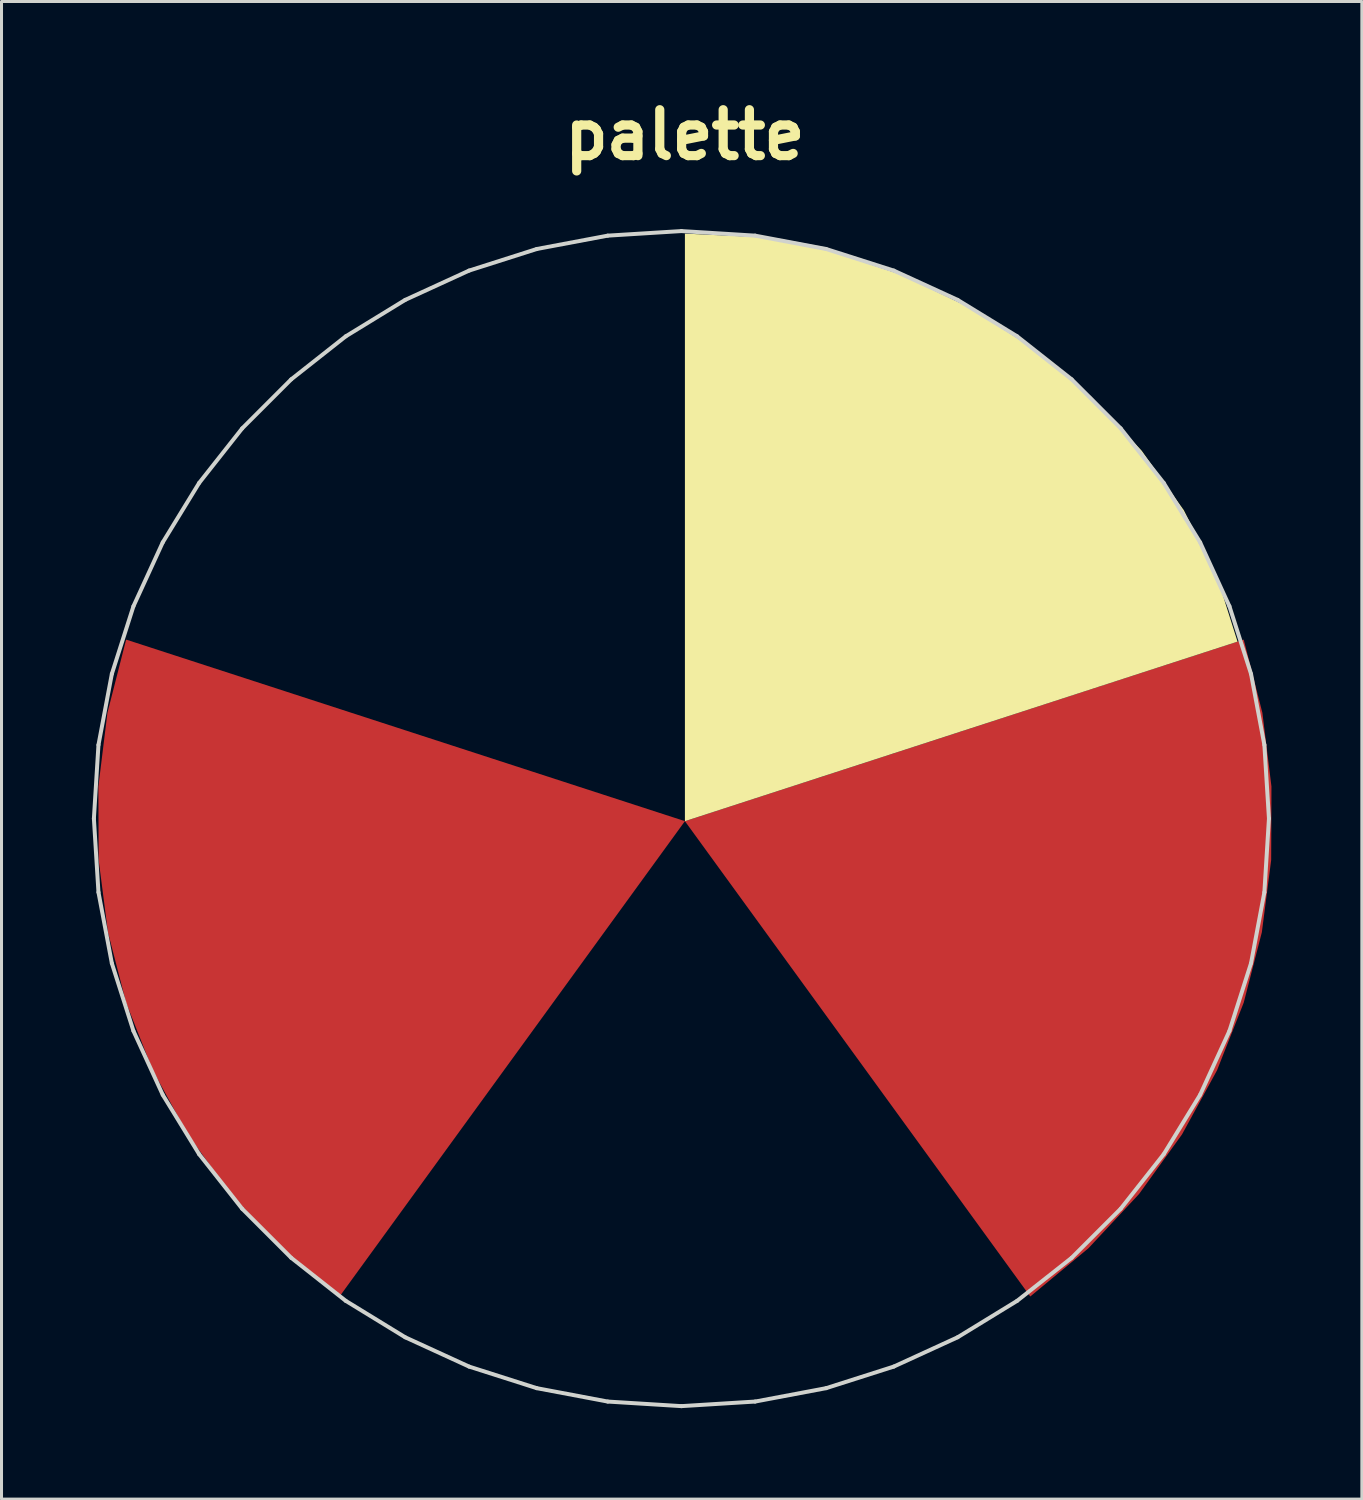
<source format=kicad_pcb>
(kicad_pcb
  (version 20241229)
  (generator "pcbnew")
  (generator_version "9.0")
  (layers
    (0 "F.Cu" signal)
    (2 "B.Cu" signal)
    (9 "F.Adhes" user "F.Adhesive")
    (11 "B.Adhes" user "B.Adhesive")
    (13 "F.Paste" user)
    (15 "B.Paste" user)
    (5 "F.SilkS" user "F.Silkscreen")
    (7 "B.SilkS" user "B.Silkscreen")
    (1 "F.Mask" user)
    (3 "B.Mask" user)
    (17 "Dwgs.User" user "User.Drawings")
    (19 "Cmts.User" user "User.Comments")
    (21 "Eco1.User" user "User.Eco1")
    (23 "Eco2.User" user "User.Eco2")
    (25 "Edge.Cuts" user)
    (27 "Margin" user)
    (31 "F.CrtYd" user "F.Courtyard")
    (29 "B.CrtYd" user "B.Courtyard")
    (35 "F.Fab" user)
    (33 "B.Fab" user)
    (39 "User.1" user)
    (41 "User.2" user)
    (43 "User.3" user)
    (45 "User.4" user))
  (footprint "palette"
    (layer "F.Cu")
    (at 19.682 24.71)
    (property "Reference" "palette" (at 0 -23.284 0) (layer "F.SilkS") (effects (font (size 1.524 1.524) (thickness 0.305))))
    (attr smd)
    (fp_poly (pts (xy -11.462 15.27) (xy -13.391 13.67) (xy -15.074 11.867) (xy -16.499 9.889) (xy -17.66 7.765) (xy -18.546 5.52) (xy -19.148 3.183) (xy -19.458 0.782) (xy -19.467 -1.656) (xy -19.166 -4.103) (xy -18.546 -6.532) (xy -0.000007 -0.506) (xy -11.462 15.27)) (stroke (width 0) (type solid)) (fill yes) (layer "F.Cu"))
    (fp_poly (pts (xy 18.546 -6.532) (xy 19.166 -4.103) (xy 19.467 -1.656) (xy 19.458 0.782) (xy 19.148 3.183) (xy 18.546 5.52) (xy 17.66 7.765) (xy 16.499 9.89) (xy 15.074 11.867) (xy 13.391 13.67) (xy 11.462 15.27) (xy -0.000007 -0.506) (xy 18.546 -6.532)) (stroke (width 0) (type solid)) (fill yes) (layer "F.Cu"))
    (fp_poly (pts (xy 11.462 15.27) (xy 9.344 16.611) (xy 7.109 17.653) (xy 4.788 18.398) (xy 2.409 18.845) (xy -0.000001 18.994) (xy -2.409 18.845) (xy -4.788 18.398) (xy -7.109 17.653) (xy -9.344 16.611) (xy -11.462 15.27) (xy 0.000004 -0.506) (xy 11.462 15.27)) (stroke (width 0) (type solid)) (fill yes) (layer "F.Mask"))
    (fp_poly (pts (xy 18.546 -6.532) (xy 19.166 -4.103) (xy 19.467 -1.656) (xy 19.458 0.782) (xy 19.148 3.183) (xy 18.546 5.52) (xy 17.66 7.765) (xy 16.499 9.89) (xy 15.074 11.867) (xy 13.391 13.67) (xy 11.462 15.27) (xy -0.000007 -0.506) (xy 18.546 -6.532)) (stroke (width 0) (type solid)) (fill yes) (layer "F.Mask"))
    (fp_poly (pts (xy -0.000007 -20.006) (xy 2.439 -19.889) (xy 4.86 -19.419) (xy 7.218 -18.625) (xy 9.471 -17.537) (xy 11.574 -16.184) (xy 13.486 -14.596) (xy 15.161 -12.8) (xy 16.558 -10.827) (xy 17.632 -8.706) (xy 18.341 -6.465) (xy 16.048 -5.72) (xy 13.756 -4.975) (xy 11.463 -4.23) (xy 9.17 -3.486) (xy 6.878 -2.741) (xy 4.585 -1.996) (xy 2.293 -1.251) (xy -0.000007 -0.506) (xy -0.000007 -2.943) (xy -0.000007 -5.381) (xy -0.000007 -7.818) (xy -0.000007 -10.256) (xy -0.000007 -12.693) (xy -0.000007 -15.131) (xy -0.000007 -17.568) (xy -0.000007 -20.006)) (stroke (width 0) (type solid)) (fill yes) (layer "F.SilkS"))
    (fp_line (start -19.616 -0.591) (end -19.464 -3.037) (stroke (width 0.132) (type solid)) (layer "Edge.Cuts"))
    (fp_line (start -19.464 -3.037) (end -19.02 -5.393) (stroke (width 0.132) (type solid)) (layer "Edge.Cuts"))
    (fp_line (start -19.464 1.855) (end -19.616 -0.591) (stroke (width 0.132) (type solid)) (layer "Edge.Cuts"))
    (fp_line (start -19.02 -5.393) (end -18.303 -7.639) (stroke (width 0.132) (type solid)) (layer "Edge.Cuts"))
    (fp_line (start -19.02 4.21) (end -19.464 1.855) (stroke (width 0.132) (type solid)) (layer "Edge.Cuts"))
    (fp_line (start -18.303 -7.639) (end -17.331 -9.758) (stroke (width 0.132) (type solid)) (layer "Edge.Cuts"))
    (fp_line (start -18.303 6.457) (end -19.02 4.21) (stroke (width 0.132) (type solid)) (layer "Edge.Cuts"))
    (fp_line (start -17.331 -9.758) (end -16.122 -11.732) (stroke (width 0.132) (type solid)) (layer "Edge.Cuts"))
    (fp_line (start -17.331 8.576) (end -18.303 6.457) (stroke (width 0.132) (type solid)) (layer "Edge.Cuts"))
    (fp_line (start -16.122 -11.732) (end -14.694 -13.542) (stroke (width 0.132) (type solid)) (layer "Edge.Cuts"))
    (fp_line (start -16.122 10.549) (end -17.331 8.576) (stroke (width 0.132) (type solid)) (layer "Edge.Cuts"))
    (fp_line (start -14.694 -13.542) (end -13.066 -15.17) (stroke (width 0.132) (type solid)) (layer "Edge.Cuts"))
    (fp_line (start -14.694 12.359) (end -16.122 10.549) (stroke (width 0.132) (type solid)) (layer "Edge.Cuts"))
    (fp_line (start -13.066 -15.17) (end -11.256 -16.598) (stroke (width 0.132) (type solid)) (layer "Edge.Cuts"))
    (fp_line (start -13.066 13.987) (end -14.694 12.359) (stroke (width 0.132) (type solid)) (layer "Edge.Cuts"))
    (fp_line (start -11.256 -16.598) (end -9.283 -17.807) (stroke (width 0.132) (type solid)) (layer "Edge.Cuts"))
    (fp_line (start -11.256 15.415) (end -13.066 13.987) (stroke (width 0.132) (type solid)) (layer "Edge.Cuts"))
    (fp_line (start -9.283 -17.807) (end -7.164 -18.779) (stroke (width 0.132) (type solid)) (layer "Edge.Cuts"))
    (fp_line (start -9.283 16.624) (end -11.256 15.415) (stroke (width 0.132) (type solid)) (layer "Edge.Cuts"))
    (fp_line (start -7.164 -18.779) (end -4.917 -19.496) (stroke (width 0.132) (type solid)) (layer "Edge.Cuts"))
    (fp_line (start -7.164 17.596) (end -9.283 16.624) (stroke (width 0.132) (type solid)) (layer "Edge.Cuts"))
    (fp_line (start -4.917 -19.496) (end -2.562 -19.939) (stroke (width 0.132) (type solid)) (layer "Edge.Cuts"))
    (fp_line (start -4.917 18.313) (end -7.164 17.596) (stroke (width 0.132) (type solid)) (layer "Edge.Cuts"))
    (fp_line (start -2.562 -19.939) (end -0.116 -20.091) (stroke (width 0.132) (type solid)) (layer "Edge.Cuts"))
    (fp_line (start -2.562 18.757) (end -4.917 18.313) (stroke (width 0.132) (type solid)) (layer "Edge.Cuts"))
    (fp_line (start -0.116 -20.091) (end 2.33 -19.939) (stroke (width 0.132) (type solid)) (layer "Edge.Cuts"))
    (fp_line (start -0.116 18.909) (end -2.562 18.757) (stroke (width 0.132) (type solid)) (layer "Edge.Cuts"))
    (fp_line (start 2.33 -19.939) (end 4.686 -19.496) (stroke (width 0.132) (type solid)) (layer "Edge.Cuts"))
    (fp_line (start 2.33 18.757) (end -0.116 18.909) (stroke (width 0.132) (type solid)) (layer "Edge.Cuts"))
    (fp_line (start 4.686 -19.496) (end 6.932 -18.779) (stroke (width 0.132) (type solid)) (layer "Edge.Cuts"))
    (fp_line (start 4.686 18.313) (end 2.33 18.757) (stroke (width 0.132) (type solid)) (layer "Edge.Cuts"))
    (fp_line (start 6.932 -18.779) (end 9.051 -17.807) (stroke (width 0.132) (type solid)) (layer "Edge.Cuts"))
    (fp_line (start 6.932 17.596) (end 4.686 18.313) (stroke (width 0.132) (type solid)) (layer "Edge.Cuts"))
    (fp_line (start 9.051 -17.807) (end 11.025 -16.598) (stroke (width 0.132) (type solid)) (layer "Edge.Cuts"))
    (fp_line (start 9.051 16.624) (end 6.932 17.596) (stroke (width 0.132) (type solid)) (layer "Edge.Cuts"))
    (fp_line (start 11.025 -16.598) (end 12.835 -15.17) (stroke (width 0.132) (type solid)) (layer "Edge.Cuts"))
    (fp_line (start 11.025 15.415) (end 9.051 16.624) (stroke (width 0.132) (type solid)) (layer "Edge.Cuts"))
    (fp_line (start 12.835 -15.17) (end 14.463 -13.542) (stroke (width 0.132) (type solid)) (layer "Edge.Cuts"))
    (fp_line (start 12.835 13.987) (end 11.025 15.415) (stroke (width 0.132) (type solid)) (layer "Edge.Cuts"))
    (fp_line (start 14.463 -13.542) (end 15.891 -11.732) (stroke (width 0.132) (type solid)) (layer "Edge.Cuts"))
    (fp_line (start 14.463 12.359) (end 12.835 13.987) (stroke (width 0.132) (type solid)) (layer "Edge.Cuts"))
    (fp_line (start 15.891 -11.732) (end 17.1 -9.758) (stroke (width 0.132) (type solid)) (layer "Edge.Cuts"))
    (fp_line (start 15.891 10.549) (end 14.463 12.359) (stroke (width 0.132) (type solid)) (layer "Edge.Cuts"))
    (fp_line (start 17.1 -9.758) (end 18.072 -7.639) (stroke (width 0.132) (type solid)) (layer "Edge.Cuts"))
    (fp_line (start 17.1 8.576) (end 15.891 10.549) (stroke (width 0.132) (type solid)) (layer "Edge.Cuts"))
    (fp_line (start 18.072 -7.639) (end 18.789 -5.393) (stroke (width 0.132) (type solid)) (layer "Edge.Cuts"))
    (fp_line (start 18.072 6.457) (end 17.1 8.576) (stroke (width 0.132) (type solid)) (layer "Edge.Cuts"))
    (fp_line (start 18.789 -5.393) (end 19.232 -3.037) (stroke (width 0.132) (type solid)) (layer "Edge.Cuts"))
    (fp_line (start 18.789 4.21) (end 18.072 6.457) (stroke (width 0.132) (type solid)) (layer "Edge.Cuts"))
    (fp_line (start 19.232 -3.037) (end 19.384 -0.591) (stroke (width 0.132) (type solid)) (layer "Edge.Cuts"))
    (fp_line (start 19.232 1.855) (end 18.789 4.21) (stroke (width 0.132) (type solid)) (layer "Edge.Cuts"))
    (fp_line (start 19.384 -0.591) (end 19.232 1.855) (stroke (width 0.132) (type solid)) (layer "Edge.Cuts")))
  (gr_rect
    (start -3 -3)
    (end 42.149 46.704)
    (stroke (width 0.1) (type default))
    (fill no)
    (layer "Edge.Cuts")))
</source>
